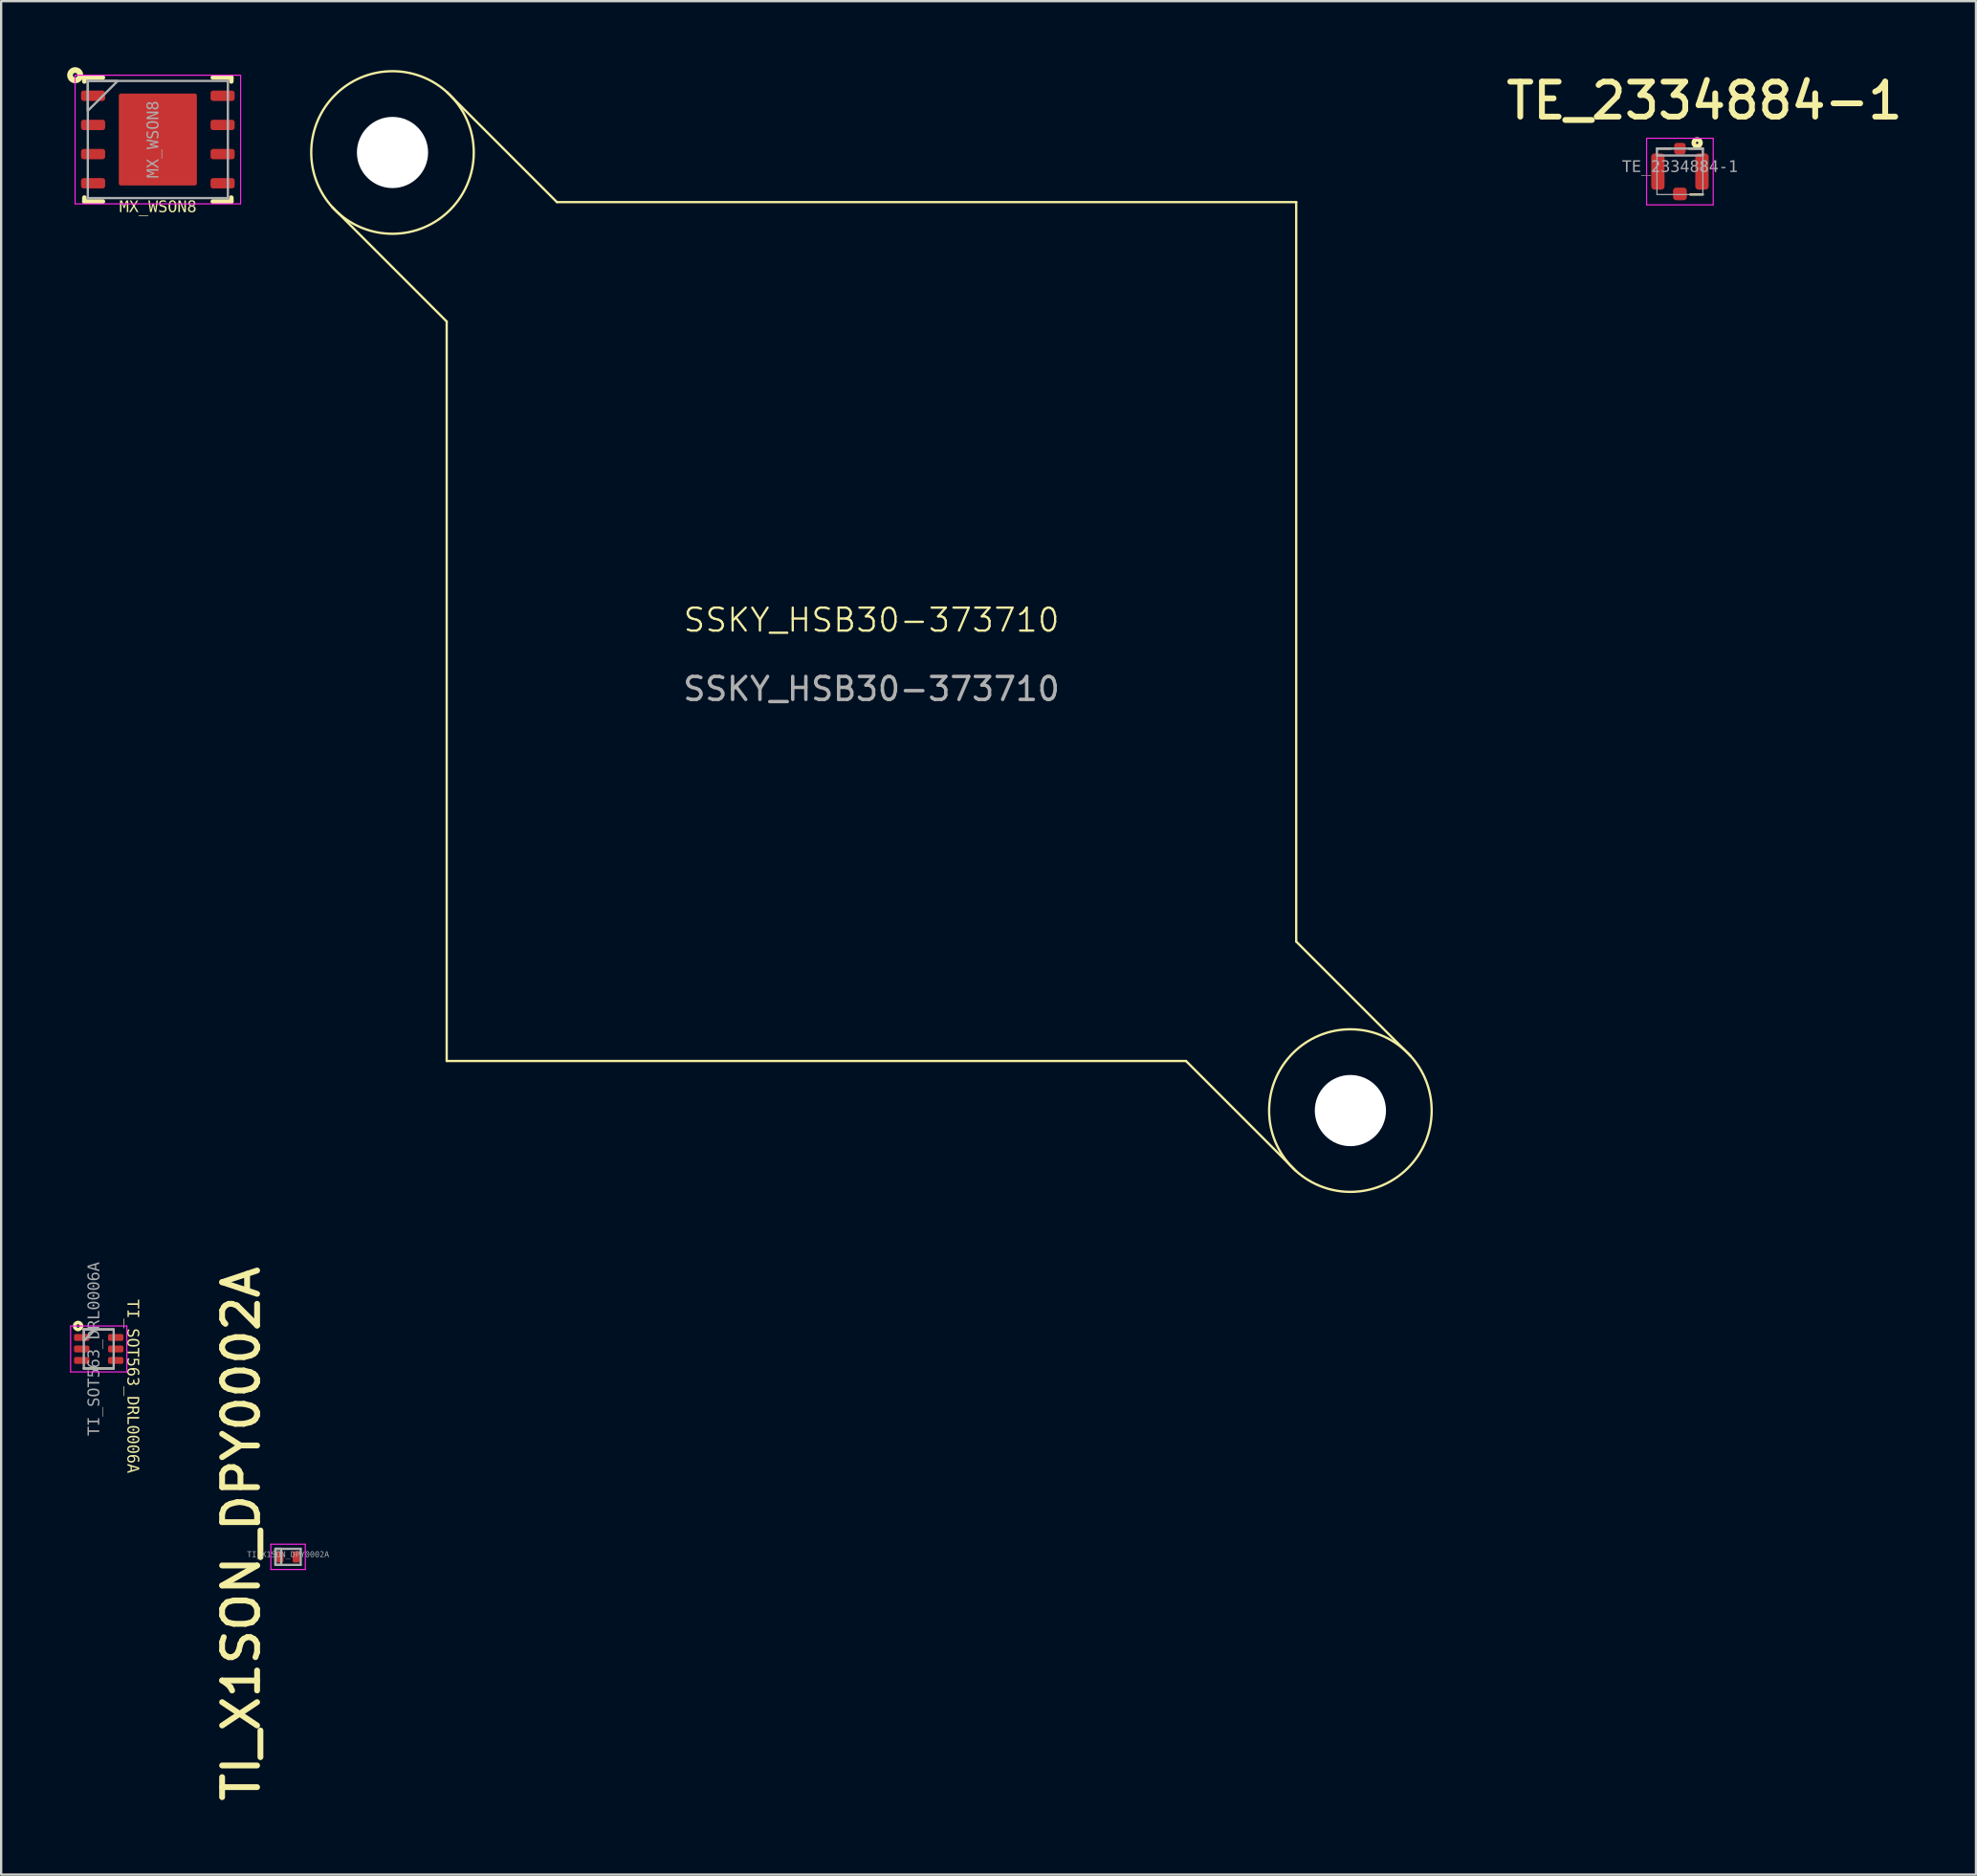
<source format=kicad_pcb>
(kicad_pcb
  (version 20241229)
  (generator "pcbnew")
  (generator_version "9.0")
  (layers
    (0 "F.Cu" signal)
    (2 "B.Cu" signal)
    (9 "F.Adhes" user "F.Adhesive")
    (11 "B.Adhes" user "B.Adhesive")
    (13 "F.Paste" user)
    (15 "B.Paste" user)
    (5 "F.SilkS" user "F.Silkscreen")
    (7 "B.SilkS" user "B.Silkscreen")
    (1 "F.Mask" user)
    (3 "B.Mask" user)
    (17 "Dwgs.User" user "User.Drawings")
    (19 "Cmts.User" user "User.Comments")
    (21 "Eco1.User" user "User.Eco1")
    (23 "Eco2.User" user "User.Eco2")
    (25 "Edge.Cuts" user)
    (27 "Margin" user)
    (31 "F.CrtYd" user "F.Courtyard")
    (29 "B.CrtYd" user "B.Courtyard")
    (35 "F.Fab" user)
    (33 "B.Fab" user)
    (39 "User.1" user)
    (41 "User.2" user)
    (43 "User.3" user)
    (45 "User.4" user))
  (footprint "TI_X1SON_DPY0002A"
    (layer "F.Cu")
    (at 9.497 64.743)
    (property "Reference" "TI_X1SON_DPY0002A" (at -2.041 -1.003 90) (unlocked yes) (layer "F.SilkS") (effects (font (size 1.524 1.524) (thickness 0.254))))
    (fp_line (start -0.75 0.55) (end -0.75 -0.55) (stroke (width 0.05) (type solid)) (layer "F.CrtYd"))
    (fp_line (start 0.75 -0.55) (end -0.75 -0.55) (stroke (width 0.05) (type solid)) (layer "F.CrtYd"))
    (fp_line (start 0.75 0.55) (end -0.75 0.55) (stroke (width 0.05) (type solid)) (layer "F.CrtYd"))
    (fp_line (start 0.75 0.55) (end 0.75 -0.55) (stroke (width 0.05) (type solid)) (layer "F.CrtYd"))
    (fp_line (start -0.55 0.35) (end -0.55 -0.35) (stroke (width 0.1) (type solid)) (layer "F.Fab"))
    (fp_line (start 0.55 -0.35) (end -0.55 -0.35) (stroke (width 0.1) (type solid)) (layer "F.Fab"))
    (fp_line (start 0.55 0.35) (end -0.55 0.35) (stroke (width 0.1) (type solid)) (layer "F.Fab"))
    (fp_line (start 0.55 0.35) (end 0.55 -0.35) (stroke (width 0.1) (type solid)) (layer "F.Fab"))
    (fp_rect (start -0.55 0.35) (end -0.3 -0.35) (stroke (width 0.1) (type default)) (fill no) (layer "F.Fab"))
    (fp_line (start 0 0.3) (end 0 -0.3) (stroke (width 0.1) (type solid)) (layer "User.1"))
    (fp_line (start 0.3 0) (end -0.3 0) (stroke (width 0.1) (type solid)) (layer "User.1"))
    (fp_text user "${REFERENCE}" (at 0.00001 -0.091 0) (unlocked yes) (layer "F.Fab") (effects (font (face "Consolas") (size 0.25 0.25) (thickness 0.254))))
    (pad "1" smd roundrect (at -0.35 0 90) (size 0.5 0.3) (layers "F.Cu" "F.Mask" "F.Paste") (roundrect_rratio 0.25))
    (pad "2" smd roundrect (at 0.35 0 90) (size 0.5 0.3) (layers "F.Cu" "F.Mask" "F.Paste") (roundrect_rratio 0.25)))
  (footprint "TI_SOT563_DRL0006A"
    (layer "F.Cu")
    (at 1.25 55.69)
    (property "Reference" "TI_SOT563_DRL0006A" (at 1.46 1.625 270) (unlocked yes) (layer "F.SilkS") (effects (font (face "Consolas") (size 0.5 0.5) (thickness 0.254))))
    (fp_line (start -0.65 -0.85) (end 0.65 -0.85) (stroke (width 0.1) (type solid)) (layer "F.SilkS"))
    (fp_line (start -0.65 0.85) (end 0.65 0.85) (stroke (width 0.1) (type solid)) (layer "F.SilkS"))
    (fp_circle (center -0.9 -1) (end -0.9 -1.075) (stroke (width 0.155) (type solid)) (fill no) (layer "F.SilkS"))
    (fp_line (start -1.225 -1) (end 1.225 -1) (stroke (width 0.05) (type solid)) (layer "F.CrtYd"))
    (fp_line (start -1.225 1) (end -1.225 -1) (stroke (width 0.05) (type solid)) (layer "F.CrtYd"))
    (fp_line (start -1.225 1) (end 1.225 1) (stroke (width 0.05) (type solid)) (layer "F.CrtYd"))
    (fp_line (start 1.225 1) (end 1.225 -1) (stroke (width 0.05) (type solid)) (layer "F.CrtYd"))
    (fp_line (start -0.65 -0.85) (end 0.65 -0.85) (stroke (width 0.1) (type solid)) (layer "F.Fab"))
    (fp_line (start -0.65 0.85) (end -0.65 -0.85) (stroke (width 0.1) (type solid)) (layer "F.Fab"))
    (fp_line (start -0.65 0.85) (end 0.65 0.85) (stroke (width 0.1) (type solid)) (layer "F.Fab"))
    (fp_line (start 0.65 0.85) (end 0.65 -0.85) (stroke (width 0.1) (type solid)) (layer "F.Fab"))
    (fp_poly (pts (xy -0.65 -0.35) (xy -0.15 -0.85) (xy -0.65 -0.85)) (stroke (width 0.1) (type default)) (fill no) (layer "F.Fab"))
    (fp_line (start -0.5 0) (end 0.5 0) (stroke (width 0.1) (type solid)) (layer "User.1"))
    (fp_line (start 0 0.5) (end 0 -0.5) (stroke (width 0.1) (type solid)) (layer "User.1"))
    (fp_text user "${REFERENCE}" (at -0.185 0 90) (unlocked yes) (layer "F.Fab") (effects (font (face "Consolas") (size 0.5 0.5) (thickness 0.254))))
    (pad "1" smd roundrect (at -0.74 -0.5 90) (size 0.3 0.67) (layers "F.Cu" "F.Mask" "F.Paste") (roundrect_rratio 0.25))
    (pad "2" smd roundrect (at -0.74 0 90) (size 0.3 0.67) (layers "F.Cu" "F.Mask" "F.Paste") (roundrect_rratio 0.25))
    (pad "3" smd roundrect (at -0.74 0.5 90) (size 0.3 0.67) (layers "F.Cu" "F.Mask" "F.Paste") (roundrect_rratio 0.25))
    (pad "4" smd roundrect (at 0.74 0.5 90) (size 0.3 0.67) (layers "F.Cu" "F.Mask" "F.Paste") (roundrect_rratio 0.25))
    (pad "5" smd roundrect (at 0.74 0 90) (size 0.3 0.67) (layers "F.Cu" "F.Mask" "F.Paste") (roundrect_rratio 0.25))
    (pad "6" smd roundrect (at 0.74 -0.5 90) (size 0.3 0.67) (layers "F.Cu" "F.Mask" "F.Paste") (roundrect_rratio 0.25)))
  (footprint "TE_2334884-1"
    (layer "F.Cu")
    (at 70.117 4.42)
    (property "Reference" "TE_2334884-1" (at 1.066 -3.083 0) (unlocked yes) (layer "F.SilkS") (effects (font (size 1.524 1.524) (thickness 0.254))))
    (fp_line (start -0.4 -1) (end -1 -1) (stroke (width 0.1) (type solid)) (layer "F.SilkS"))
    (fp_line (start 1 -1) (end 0.4 -1) (stroke (width 0.1) (type solid)) (layer "F.SilkS"))
    (fp_line (start 1 1) (end 0.45 1) (stroke (width 0.1) (type solid)) (layer "F.SilkS"))
    (fp_circle (center 0.75 -1.25) (end 0.75 -1.3) (stroke (width 0.2) (type solid)) (fill no) (layer "F.SilkS"))
    (fp_line (start -1.45 1.45) (end -1.45 -1.45) (stroke (width 0.05) (type solid)) (layer "F.CrtYd"))
    (fp_line (start 1.45 -1.45) (end -1.45 -1.45) (stroke (width 0.05) (type solid)) (layer "F.CrtYd"))
    (fp_line (start 1.45 1.45) (end -1.45 1.45) (stroke (width 0.05) (type solid)) (layer "F.CrtYd"))
    (fp_line (start 1.45 1.45) (end 1.45 -1.45) (stroke (width 0.05) (type solid)) (layer "F.CrtYd"))
    (fp_line (start -1 1) (end -1 -1) (stroke (width 0.05) (type solid)) (layer "F.Fab"))
    (fp_line (start 1 -1) (end -1 -1) (stroke (width 0.05) (type solid)) (layer "F.Fab"))
    (fp_line (start 1 1) (end -1 1) (stroke (width 0.05) (type solid)) (layer "F.Fab"))
    (fp_line (start 1 1) (end 1 -1) (stroke (width 0.05) (type solid)) (layer "F.Fab"))
    (fp_rect (start -1 -1) (end 1 -0.7) (stroke (width 0.1) (type default)) (fill no) (layer "F.Fab"))
    (fp_line (start 0 0.5) (end 0 -0.5) (stroke (width 0.1) (type solid)) (layer "User.2"))
    (fp_line (start 0.5 0) (end -0.5 0) (stroke (width 0.1) (type solid)) (layer "User.2"))
    (fp_text user "${REFERENCE}" (at 0 -0.188 0) (unlocked yes) (layer "F.Fab") (effects (font (face "Consolas") (size 0.5 0.5) (thickness 0.254))))
    (pad "1" smd roundrect (at 0 0.975) (size 0.6 0.55) (layers "F.Cu" "F.Mask" "F.Paste") (roundrect_rratio 0.25))
    (pad "2" smd roundrect (at -0.96 0 180) (size 0.58 1.58) (layers "F.Cu" "F.Mask" "F.Paste") (roundrect_rratio 0.25))
    (pad "2" smd roundrect (at 0 -1) (size 0.5 0.5) (layers "F.Cu" "F.Mask" "F.Paste") (roundrect_rratio 0.25))
    (pad "2" smd roundrect (at 0.96 0) (size 0.58 1.58) (layers "F.Cu" "F.Mask" "F.Paste") (roundrect_rratio 0.25)))
  (footprint "SSKY_HSB30-373710"
    (layer "F.Cu")
    (at 34.905 24.45)
    (property "Reference" "SSKY_HSB30-373710" (at 0 -0.5 0) (unlocked yes) (layer "F.SilkS") (effects (font (size 1 1) (thickness 0.1))))
    (fp_line (start -23.486 -18.486) (end -18.5 -13.5) (stroke (width 0.1) (type default)) (layer "F.SilkS"))
    (fp_line (start -18.5 -13.5) (end -18.5 18.7) (stroke (width 0.1) (type default)) (layer "F.SilkS"))
    (fp_line (start -18.486 -23.486) (end -13.7 -18.7) (stroke (width 0.1) (type default)) (layer "F.SilkS"))
    (fp_line (start -13.7 -18.7) (end 18.5 -18.7) (stroke (width 0.1) (type solid)) (layer "F.SilkS"))
    (fp_line (start 13.7 18.7) (end -18.5 18.7) (stroke (width 0.1) (type solid)) (layer "F.SilkS"))
    (fp_line (start 18.486 23.486) (end 13.7 18.7) (stroke (width 0.1) (type default)) (layer "F.SilkS"))
    (fp_line (start 18.5 13.5) (end 18.5 -18.7) (stroke (width 0.1) (type default)) (layer "F.SilkS"))
    (fp_line (start 23.486 18.486) (end 18.5 13.5) (stroke (width 0.1) (type default)) (layer "F.SilkS"))
    (fp_circle (center -20.86 -20.86) (end -17.32 -20.86) (stroke (width 0.1) (type default)) (fill no) (layer "F.SilkS"))
    (fp_circle (center 20.86 20.86) (end 24.4 20.86) (stroke (width 0.1) (type default)) (fill no) (layer "F.SilkS"))
    (fp_text user "${REFERENCE}" (at 0 2.5 0) (unlocked yes) (layer "F.Fab") (effects (font (size 1 1) (thickness 0.15))))
    (pad "" np_thru_hole circle (at -20.86 -20.86 180) (size 3.1 3.1) (drill 3.1) (layers "*.Cu" "*.Mask"))
    (pad "" np_thru_hole circle (at 20.86 20.86) (size 3.1 3.1) (drill 3.1) (layers "*.Cu" "*.Mask")))
  (footprint "MX_WSON8"
    (layer "F.Cu")
    (at 3.825 3.025)
    (property "Reference" "MX_WSON8" (at 0.005 2.955 0) (unlocked yes) (layer "F.SilkS") (effects (font (face "Consolas") (size 0.5 0.5) (thickness 0.254))))
    (fp_line (start -3.2 -2.53) (end -3.2 -2.7) (stroke (width 0.2) (type solid)) (layer "F.SilkS"))
    (fp_line (start -3.2 2.7) (end -3.2 2.53) (stroke (width 0.2) (type solid)) (layer "F.SilkS"))
    (fp_line (start -2.395 -2.7) (end -3.2 -2.7) (stroke (width 0.2) (type solid)) (layer "F.SilkS"))
    (fp_line (start -2.395 2.7) (end -3.2 2.7) (stroke (width 0.2) (type solid)) (layer "F.SilkS"))
    (fp_line (start 3.2 -2.7) (end 2.395 -2.7) (stroke (width 0.2) (type solid)) (layer "F.SilkS"))
    (fp_line (start 3.2 -2.53) (end 3.2 -2.7) (stroke (width 0.2) (type solid)) (layer "F.SilkS"))
    (fp_line (start 3.2 2.7) (end 2.395 2.7) (stroke (width 0.2) (type solid)) (layer "F.SilkS"))
    (fp_line (start 3.2 2.7) (end 3.2 2.53) (stroke (width 0.2) (type solid)) (layer "F.SilkS"))
    (fp_circle (center -3.6 -2.8) (end -3.7 -2.8) (stroke (width 0.25) (type solid)) (fill no) (layer "F.SilkS"))
    (fp_rect (start -1.6 1.9) (end -0.1 0.1) (stroke (width 0) (type default)) (fill yes) (layer "F.Paste"))
    (fp_rect (start -1.6 -0.1) (end -0.1 -1.9) (stroke (width 0) (type default)) (fill yes) (layer "F.Paste"))
    (fp_rect (start 0.1 -0.1) (end 1.6 -1.9) (stroke (width 0) (type default)) (fill yes) (layer "F.Paste"))
    (fp_rect (start 0.1 1.9) (end 1.6 0.1) (stroke (width 0) (type default)) (fill yes) (layer "F.Paste"))
    (fp_line (start -3.605 2.8) (end -3.605 -2.8) (stroke (width 0.05) (type solid)) (layer "F.CrtYd"))
    (fp_line (start 3.605 -2.8) (end -3.605 -2.8) (stroke (width 0.05) (type solid)) (layer "F.CrtYd"))
    (fp_line (start 3.605 2.8) (end -3.605 2.8) (stroke (width 0.05) (type solid)) (layer "F.CrtYd"))
    (fp_line (start 3.605 2.8) (end 3.605 -2.8) (stroke (width 0.05) (type solid)) (layer "F.CrtYd"))
    (fp_line (start -3.05 2.55) (end -3.05 -2.55) (stroke (width 0.1) (type solid)) (layer "F.Fab"))
    (fp_line (start 3.05 -2.55) (end -3.05 -2.55) (stroke (width 0.1) (type solid)) (layer "F.Fab"))
    (fp_line (start 3.05 2.55) (end -3.05 2.55) (stroke (width 0.1) (type solid)) (layer "F.Fab"))
    (fp_line (start 3.05 2.55) (end 3.05 -2.55) (stroke (width 0.1) (type solid)) (layer "F.Fab"))
    (fp_poly (pts (xy -3.05 -1.25) (xy -1.75 -2.55) (xy -3.05 -2.55)) (stroke (width 0.1) (type default)) (fill no) (layer "F.Fab"))
    (fp_line (start 0 0.5) (end 0 -0.5) (stroke (width 0.1) (type solid)) (layer "User.1"))
    (fp_line (start 0.5 0) (end -0.5 0) (stroke (width 0.1) (type solid)) (layer "User.1"))
    (fp_text user "${REFERENCE}" (at -0.185 0 90) (unlocked yes) (layer "F.Fab") (effects (font (face "Consolas") (size 0.5 0.5) (thickness 0.254))))
    (pad "1" smd roundrect (at -2.82 -1.905 90) (size 0.45 1.05) (layers "F.Cu" "F.Mask" "F.Paste") (roundrect_rratio 0.25))
    (pad "2" smd roundrect (at -2.82 -0.635 90) (size 0.45 1.05) (layers "F.Cu" "F.Mask" "F.Paste") (roundrect_rratio 0.25))
    (pad "3" smd roundrect (at -2.82 0.635 90) (size 0.45 1.05) (layers "F.Cu" "F.Mask" "F.Paste") (roundrect_rratio 0.25))
    (pad "4" smd roundrect (at -2.82 1.905 90) (size 0.45 1.05) (layers "F.Cu" "F.Mask" "F.Paste") (roundrect_rratio 0.25))
    (pad "5" smd roundrect (at 2.82 1.905 90) (size 0.45 1.05) (layers "F.Cu" "F.Mask" "F.Paste") (roundrect_rratio 0.25))
    (pad "6" smd roundrect (at 2.82 0.635 90) (size 0.45 1.05) (layers "F.Cu" "F.Mask" "F.Paste") (roundrect_rratio 0.25))
    (pad "7" smd roundrect (at 2.82 -0.635 90) (size 0.45 1.05) (layers "F.Cu" "F.Mask" "F.Paste") (roundrect_rratio 0.25))
    (pad "8" smd roundrect (at 2.82 -1.905 90) (size 0.45 1.05) (layers "F.Cu" "F.Mask" "F.Paste") (roundrect_rratio 0.25))
    (pad "9" smd roundrect (at 0 0 90) (size 4 3.4) (layers "F.Cu" "F.Mask" "F.Paste") (roundrect_rratio 0.025)))
  (gr_rect
    (start -3 -3)
    (end 83.012 78.58)
    (stroke (width 0.1) (type default))
    (fill no)
    (layer "Edge.Cuts")))
</source>
